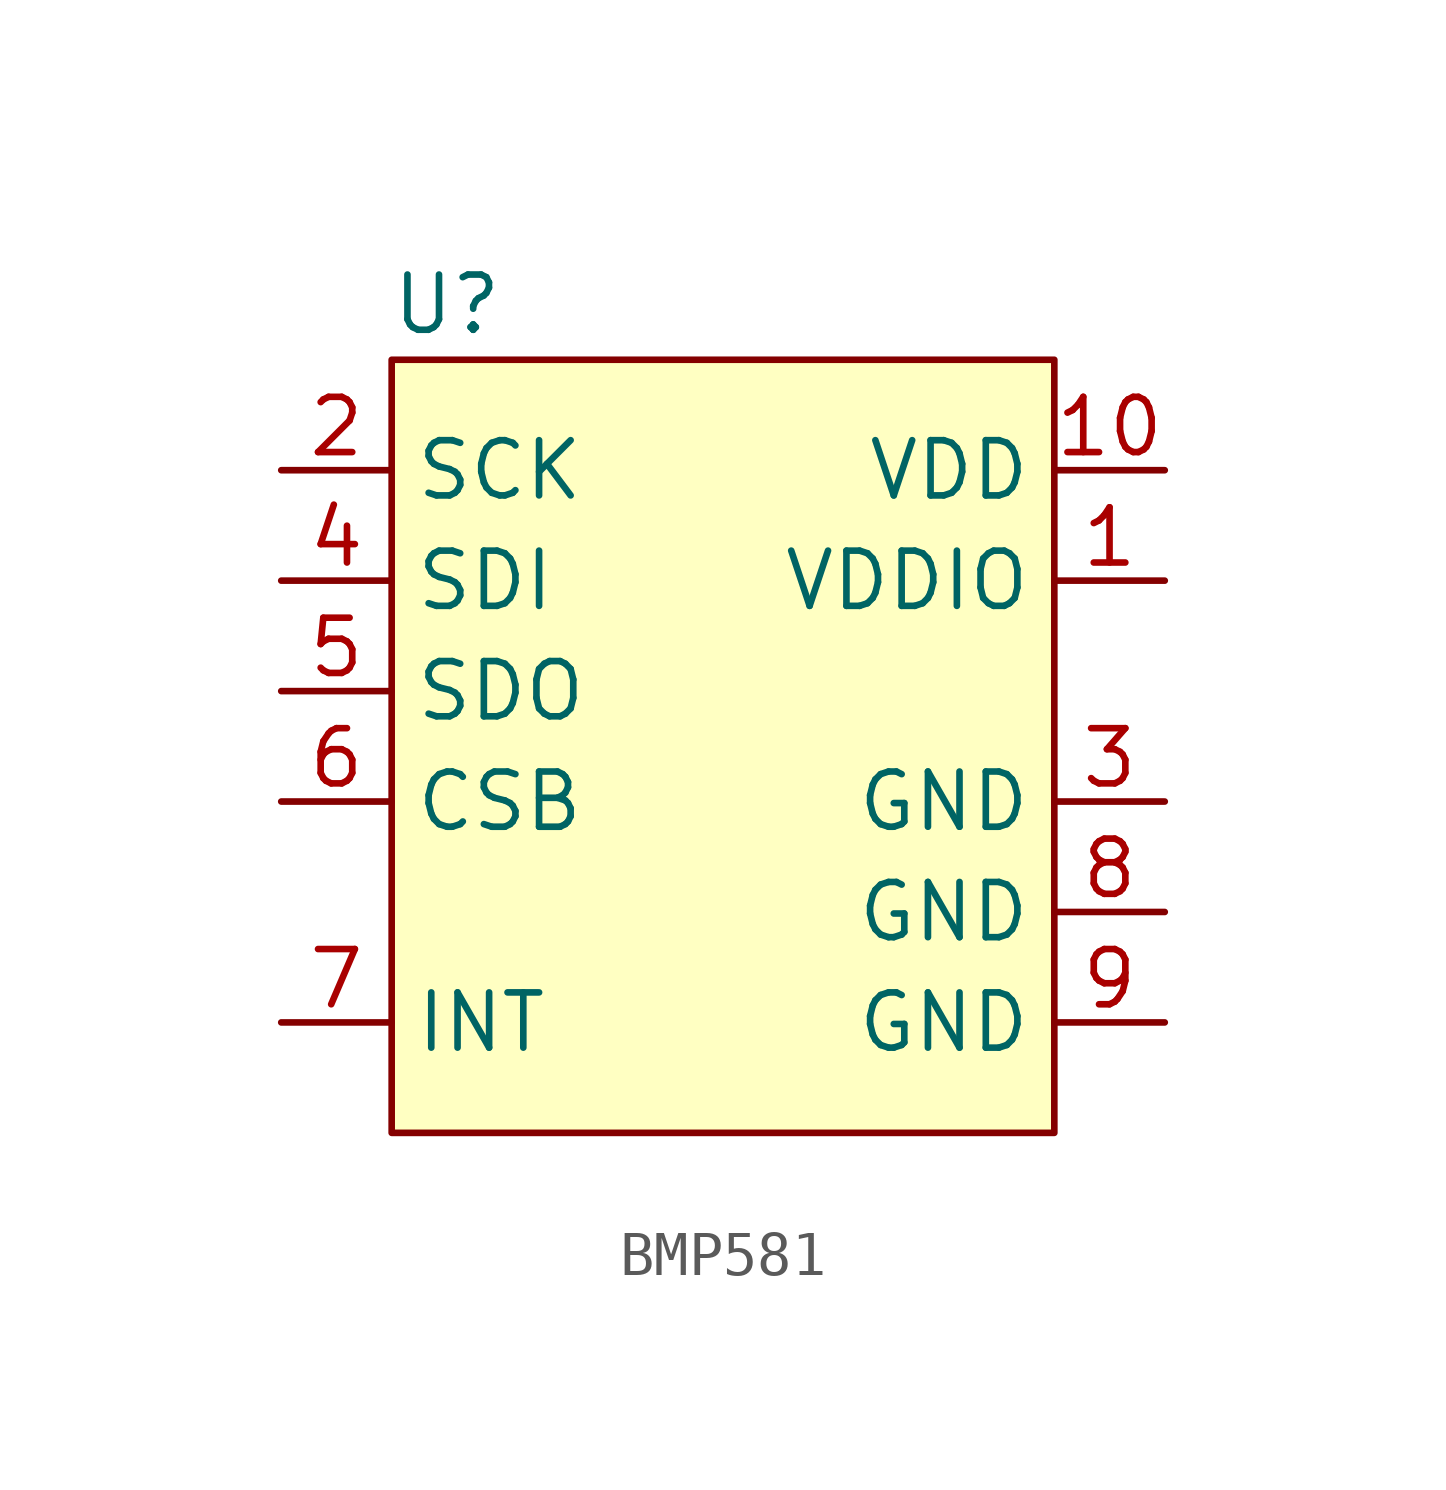
<source format=kicad_sym>
(kicad_symbol_lib
  (version 20220914)
  (generator kicad_symbol_editor)
  (symbol "BMP581"
    (property "Reference" "U"
      (at -6.35 10.16 0)
      (effects (font (size 1.27 1.27))))
    (property "Value" ""
      (at 1.27 0 0)
      (effects (font (size 1.27 1.27))))
    (symbol "BMP581_1_1"
      (rectangle (start -7.62 8.89) (end 7.62 -8.89) (stroke (width 0) (type default)) (fill (type background)))
      (pin power_in line (at 10.16 3.81 180) (length 2.54) (name "VDDIO" (effects (font (size 1.27 1.27)))) (number "1" (effects (font (size 1.27 1.27)))))
      (pin power_in line (at 10.16 6.35 180) (length 2.54) (name "VDD" (effects (font (size 1.27 1.27)))) (number "10" (effects (font (size 1.27 1.27)))))
      (pin input line (at -10.16 6.35 0) (length 2.54) (name "SCK" (effects (font (size 1.27 1.27)))) (number "2" (effects (font (size 1.27 1.27)))))
      (pin power_in line (at 10.16 -1.27 180) (length 2.54) (name "GND" (effects (font (size 1.27 1.27)))) (number "3" (effects (font (size 1.27 1.27)))))
      (pin bidirectional line (at -10.16 3.81 0) (length 2.54) (name "SDI" (effects (font (size 1.27 1.27)))) (number "4" (effects (font (size 1.27 1.27)))))
      (pin bidirectional line (at -10.16 1.27 0) (length 2.54) (name "SDO" (effects (font (size 1.27 1.27)))) (number "5" (effects (font (size 1.27 1.27)))))
      (pin input line (at -10.16 -1.27 0) (length 2.54) (name "CSB" (effects (font (size 1.27 1.27)))) (number "6" (effects (font (size 1.27 1.27)))))
      (pin output line (at -10.16 -6.35 0) (length 2.54) (name "INT" (effects (font (size 1.27 1.27)))) (number "7" (effects (font (size 1.27 1.27)))))
      (pin power_in line (at 10.16 -3.81 180) (length 2.54) (name "GND" (effects (font (size 1.27 1.27)))) (number "8" (effects (font (size 1.27 1.27)))))
      (pin power_in line (at 10.16 -6.35 180) (length 2.54) (name "GND" (effects (font (size 1.27 1.27)))) (number "9" (effects (font (size 1.27 1.27))))))))
</source>
